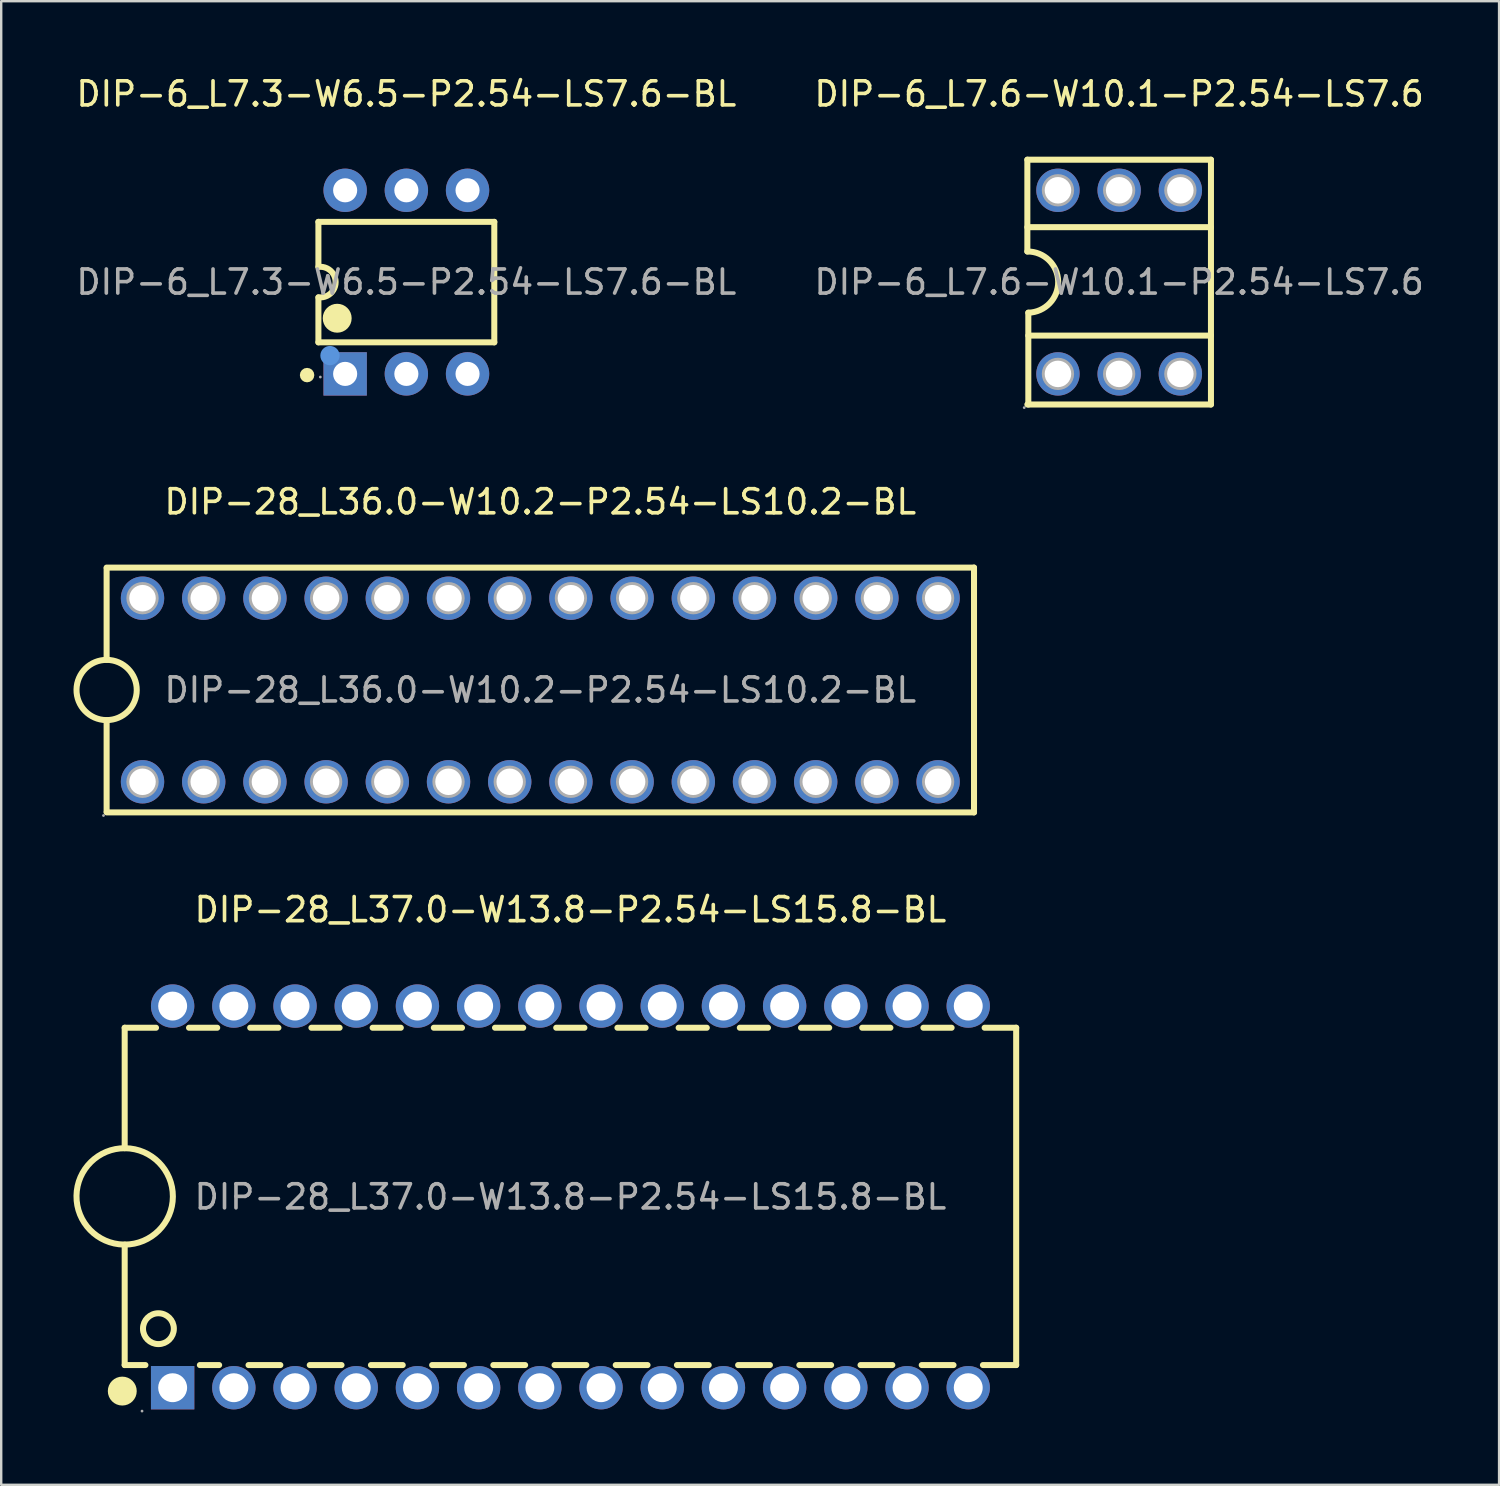
<source format=kicad_pcb>
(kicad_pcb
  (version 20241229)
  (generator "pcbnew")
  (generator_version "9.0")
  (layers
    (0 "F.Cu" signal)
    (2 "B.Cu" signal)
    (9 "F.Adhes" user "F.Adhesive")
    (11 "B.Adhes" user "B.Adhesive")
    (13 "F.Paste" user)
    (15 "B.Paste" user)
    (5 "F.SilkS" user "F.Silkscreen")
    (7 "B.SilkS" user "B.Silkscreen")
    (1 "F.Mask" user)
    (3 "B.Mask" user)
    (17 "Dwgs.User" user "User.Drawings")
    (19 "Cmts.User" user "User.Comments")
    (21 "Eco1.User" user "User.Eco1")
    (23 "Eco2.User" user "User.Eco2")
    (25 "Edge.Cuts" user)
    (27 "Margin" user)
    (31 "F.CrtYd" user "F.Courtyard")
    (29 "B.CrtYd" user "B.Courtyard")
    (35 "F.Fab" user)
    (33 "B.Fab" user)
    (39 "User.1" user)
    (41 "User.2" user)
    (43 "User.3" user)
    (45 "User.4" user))
  (footprint "DIP-28_L36.0-W10.2-P2.54-LS10.2-BL"
    (layer "F.Cu")
    (at 19.375 25.587)
    (property "Reference" "DIP-28_L36.0-W10.2-P2.54-LS10.2-BL" (at 0 -7.81 0) (layer "F.SilkS") (effects (font (size 1 1) (thickness 0.15))))
    (attr through_hole)
    (fp_line (start -18 -5.08) (end 18 -5.08) (stroke (width 0.25) (type solid)) (layer "F.SilkS"))
    (fp_line (start -18 -5.05) (end -18 -1.25) (stroke (width 0.25) (type solid)) (layer "F.SilkS"))
    (fp_line (start -18 1.25) (end -18 5.05) (stroke (width 0.25) (type solid)) (layer "F.SilkS"))
    (fp_line (start 18 -5.08) (end 18 5.08) (stroke (width 0.25) (type solid)) (layer "F.SilkS"))
    (fp_line (start 18 5.08) (end -18 5.08) (stroke (width 0.25) (type solid)) (layer "F.SilkS"))
    (fp_arc (start -18.021816 1.24981) (mid -17.989092 -1.249953) (end -18 1.25) (stroke (width 0.25) (type solid)) (layer "F.SilkS"))
    (fp_circle (center -18.13 5.21) (end -18.1 5.21) (stroke (width 0.06) (type solid)) (fill no) (layer "F.Fab"))
    (fp_circle (center -16.51 -3.81) (end -16.29 -3.81) (stroke (width 0.45) (type solid)) (fill no) (layer "F.Fab"))
    (fp_circle (center -16.51 3.81) (end -16.29 3.81) (stroke (width 0.45) (type solid)) (fill no) (layer "F.Fab"))
    (fp_circle (center -13.97 -3.81) (end -13.75 -3.81) (stroke (width 0.45) (type solid)) (fill no) (layer "F.Fab"))
    (fp_circle (center -13.97 3.81) (end -13.75 3.81) (stroke (width 0.45) (type solid)) (fill no) (layer "F.Fab"))
    (fp_circle (center -11.43 -3.81) (end -11.21 -3.81) (stroke (width 0.45) (type solid)) (fill no) (layer "F.Fab"))
    (fp_circle (center -11.43 3.81) (end -11.21 3.81) (stroke (width 0.45) (type solid)) (fill no) (layer "F.Fab"))
    (fp_circle (center -8.89 -3.81) (end -8.67 -3.81) (stroke (width 0.45) (type solid)) (fill no) (layer "F.Fab"))
    (fp_circle (center -8.89 3.81) (end -8.67 3.81) (stroke (width 0.45) (type solid)) (fill no) (layer "F.Fab"))
    (fp_circle (center -6.35 -3.81) (end -6.13 -3.81) (stroke (width 0.45) (type solid)) (fill no) (layer "F.Fab"))
    (fp_circle (center -6.35 3.81) (end -6.13 3.81) (stroke (width 0.45) (type solid)) (fill no) (layer "F.Fab"))
    (fp_circle (center -3.81 -3.81) (end -3.59 -3.81) (stroke (width 0.45) (type solid)) (fill no) (layer "F.Fab"))
    (fp_circle (center -3.81 3.81) (end -3.59 3.81) (stroke (width 0.45) (type solid)) (fill no) (layer "F.Fab"))
    (fp_circle (center -1.27 -3.81) (end -1.05 -3.81) (stroke (width 0.45) (type solid)) (fill no) (layer "F.Fab"))
    (fp_circle (center -1.27 3.81) (end -1.05 3.81) (stroke (width 0.45) (type solid)) (fill no) (layer "F.Fab"))
    (fp_circle (center 1.27 -3.81) (end 1.49 -3.81) (stroke (width 0.45) (type solid)) (fill no) (layer "F.Fab"))
    (fp_circle (center 1.27 3.81) (end 1.49 3.81) (stroke (width 0.45) (type solid)) (fill no) (layer "F.Fab"))
    (fp_circle (center 3.81 -3.81) (end 4.03 -3.81) (stroke (width 0.45) (type solid)) (fill no) (layer "F.Fab"))
    (fp_circle (center 3.81 3.81) (end 4.03 3.81) (stroke (width 0.45) (type solid)) (fill no) (layer "F.Fab"))
    (fp_circle (center 6.35 -3.81) (end 6.57 -3.81) (stroke (width 0.45) (type solid)) (fill no) (layer "F.Fab"))
    (fp_circle (center 6.35 3.81) (end 6.57 3.81) (stroke (width 0.45) (type solid)) (fill no) (layer "F.Fab"))
    (fp_circle (center 8.89 -3.81) (end 9.11 -3.81) (stroke (width 0.45) (type solid)) (fill no) (layer "F.Fab"))
    (fp_circle (center 8.89 3.81) (end 9.11 3.81) (stroke (width 0.45) (type solid)) (fill no) (layer "F.Fab"))
    (fp_circle (center 11.43 -3.81) (end 11.65 -3.81) (stroke (width 0.45) (type solid)) (fill no) (layer "F.Fab"))
    (fp_circle (center 11.43 3.81) (end 11.65 3.81) (stroke (width 0.45) (type solid)) (fill no) (layer "F.Fab"))
    (fp_circle (center 13.97 -3.81) (end 14.19 -3.81) (stroke (width 0.45) (type solid)) (fill no) (layer "F.Fab"))
    (fp_circle (center 13.97 3.81) (end 14.19 3.81) (stroke (width 0.45) (type solid)) (fill no) (layer "F.Fab"))
    (fp_circle (center 16.51 -3.81) (end 16.73 -3.81) (stroke (width 0.45) (type solid)) (fill no) (layer "F.Fab"))
    (fp_circle (center 16.51 3.81) (end 16.73 3.81) (stroke (width 0.45) (type solid)) (fill no) (layer "F.Fab"))
    (fp_text user "${REFERENCE}" (at 0 0 0) (layer "F.Fab") (effects (font (size 1 1) (thickness 0.15))))
    (pad "1" thru_hole circle (at -16.51 3.81) (size 1.8 1.8) (drill 1.1) (layers "*.Cu" "*.Paste" "*.Mask"))
    (pad "2" thru_hole circle (at -16.51 -3.81) (size 1.8 1.8) (drill 1.1) (layers "*.Cu" "*.Paste" "*.Mask"))
    (pad "3" thru_hole circle (at -13.97 3.81) (size 1.8 1.8) (drill 1.1) (layers "*.Cu" "*.Paste" "*.Mask"))
    (pad "4" thru_hole circle (at -13.97 -3.81) (size 1.8 1.8) (drill 1.1) (layers "*.Cu" "*.Paste" "*.Mask"))
    (pad "5" thru_hole circle (at -11.43 3.81) (size 1.8 1.8) (drill 1.1) (layers "*.Cu" "*.Paste" "*.Mask"))
    (pad "6" thru_hole circle (at -11.43 -3.81) (size 1.8 1.8) (drill 1.1) (layers "*.Cu" "*.Paste" "*.Mask"))
    (pad "7" thru_hole circle (at -8.89 3.81) (size 1.8 1.8) (drill 1.1) (layers "*.Cu" "*.Paste" "*.Mask"))
    (pad "8" thru_hole circle (at -8.89 -3.81) (size 1.8 1.8) (drill 1.1) (layers "*.Cu" "*.Paste" "*.Mask"))
    (pad "9" thru_hole circle (at -6.35 3.81) (size 1.8 1.8) (drill 1.1) (layers "*.Cu" "*.Paste" "*.Mask"))
    (pad "10" thru_hole circle (at -6.35 -3.81) (size 1.8 1.8) (drill 1.1) (layers "*.Cu" "*.Paste" "*.Mask"))
    (pad "11" thru_hole circle (at -3.81 3.81) (size 1.8 1.8) (drill 1.1) (layers "*.Cu" "*.Paste" "*.Mask"))
    (pad "12" thru_hole circle (at -3.81 -3.81) (size 1.8 1.8) (drill 1.1) (layers "*.Cu" "*.Paste" "*.Mask"))
    (pad "13" thru_hole circle (at -1.27 3.81) (size 1.8 1.8) (drill 1.1) (layers "*.Cu" "*.Paste" "*.Mask"))
    (pad "14" thru_hole circle (at -1.27 -3.81) (size 1.8 1.8) (drill 1.1) (layers "*.Cu" "*.Paste" "*.Mask"))
    (pad "15" thru_hole circle (at 1.27 3.81) (size 1.8 1.8) (drill 1.1) (layers "*.Cu" "*.Paste" "*.Mask"))
    (pad "16" thru_hole circle (at 1.27 -3.81) (size 1.8 1.8) (drill 1.1) (layers "*.Cu" "*.Paste" "*.Mask"))
    (pad "17" thru_hole circle (at 3.81 3.81) (size 1.8 1.8) (drill 1.1) (layers "*.Cu" "*.Paste" "*.Mask"))
    (pad "18" thru_hole circle (at 3.81 -3.81) (size 1.8 1.8) (drill 1.1) (layers "*.Cu" "*.Paste" "*.Mask"))
    (pad "19" thru_hole circle (at 6.35 3.81) (size 1.8 1.8) (drill 1.1) (layers "*.Cu" "*.Paste" "*.Mask"))
    (pad "20" thru_hole circle (at 6.35 -3.81) (size 1.8 1.8) (drill 1.1) (layers "*.Cu" "*.Paste" "*.Mask"))
    (pad "21" thru_hole circle (at 8.89 3.81) (size 1.8 1.8) (drill 1.1) (layers "*.Cu" "*.Paste" "*.Mask"))
    (pad "22" thru_hole circle (at 8.89 -3.81) (size 1.8 1.8) (drill 1.1) (layers "*.Cu" "*.Paste" "*.Mask"))
    (pad "23" thru_hole circle (at 11.43 3.81) (size 1.8 1.8) (drill 1.1) (layers "*.Cu" "*.Paste" "*.Mask"))
    (pad "24" thru_hole circle (at 11.43 -3.81) (size 1.8 1.8) (drill 1.1) (layers "*.Cu" "*.Paste" "*.Mask"))
    (pad "25" thru_hole circle (at 13.97 3.81) (size 1.8 1.8) (drill 1.1) (layers "*.Cu" "*.Paste" "*.Mask"))
    (pad "26" thru_hole circle (at 13.97 -3.81) (size 1.8 1.8) (drill 1.1) (layers "*.Cu" "*.Paste" "*.Mask"))
    (pad "27" thru_hole circle (at 16.51 3.81) (size 1.8 1.8) (drill 1.1) (layers "*.Cu" "*.Paste" "*.Mask"))
    (pad "28" thru_hole circle (at 16.51 -3.81) (size 1.8 1.8) (drill 1.1) (layers "*.Cu" "*.Paste" "*.Mask")))
  (footprint "DIP-6_L7.6-W10.1-P2.54-LS7.6"
    (layer "F.Cu")
    (at 43.399 8.658)
    (property "Reference" "DIP-6_L7.6-W10.1-P2.54-LS7.6" (at 0 -7.81 0) (layer "F.SilkS") (effects (font (size 1 1) (thickness 0.15))))
    (attr through_hole)
    (fp_line (start -3.81 -5.08) (end -3.81 -1.27) (stroke (width 0.25) (type solid)) (layer "F.SilkS"))
    (fp_line (start -3.81 -5.08) (end 3.81 -5.08) (stroke (width 0.25) (type solid)) (layer "F.SilkS"))
    (fp_line (start -3.81 -2.28) (end 3.81 -2.28) (stroke (width 0.25) (type solid)) (layer "F.SilkS"))
    (fp_line (start -3.77 2.22) (end 3.81 2.22) (stroke (width 0.25) (type solid)) (layer "F.SilkS"))
    (fp_line (start -3.77 5.08) (end -3.77 1.27) (stroke (width 0.25) (type solid)) (layer "F.SilkS"))
    (fp_line (start 3.81 -5.08) (end 3.81 5.08) (stroke (width 0.25) (type solid)) (layer "F.SilkS"))
    (fp_line (start 3.81 5.08) (end -3.81 5.08) (stroke (width 0.25) (type solid)) (layer "F.SilkS"))
    (fp_arc (start -3.81 -1.27) (mid -2.52 -0.02) (end -3.77 1.27) (stroke (width 0.25) (type solid)) (layer "F.SilkS"))
    (fp_circle (center -3.94 5.21) (end -3.91 5.21) (stroke (width 0.06) (type solid)) (fill no) (layer "F.Fab"))
    (fp_circle (center -2.54 -3.81) (end -2.32 -3.81) (stroke (width 0.45) (type solid)) (fill no) (layer "F.Fab"))
    (fp_circle (center -2.54 3.81) (end -2.32 3.81) (stroke (width 0.45) (type solid)) (fill no) (layer "F.Fab"))
    (fp_circle (center 0 -3.81) (end 0.22 -3.81) (stroke (width 0.45) (type solid)) (fill no) (layer "F.Fab"))
    (fp_circle (center 0 3.81) (end 0.22 3.81) (stroke (width 0.45) (type solid)) (fill no) (layer "F.Fab"))
    (fp_circle (center 2.54 -3.81) (end 2.76 -3.81) (stroke (width 0.45) (type solid)) (fill no) (layer "F.Fab"))
    (fp_circle (center 2.54 3.81) (end 2.76 3.81) (stroke (width 0.45) (type solid)) (fill no) (layer "F.Fab"))
    (fp_text user "${REFERENCE}" (at 0 0 0) (layer "F.Fab") (effects (font (size 1 1) (thickness 0.15))))
    (pad "1" thru_hole circle (at -2.54 3.81) (size 1.8 1.8) (drill 1.1) (layers "*.Cu" "*.Paste" "*.Mask"))
    (pad "2" thru_hole circle (at 0 3.81) (size 1.8 1.8) (drill 1.1) (layers "*.Cu" "*.Paste" "*.Mask"))
    (pad "3" thru_hole circle (at 2.54 3.81) (size 1.8 1.8) (drill 1.1) (layers "*.Cu" "*.Paste" "*.Mask"))
    (pad "4" thru_hole circle (at 2.54 -3.81) (size 1.8 1.8) (drill 1.1) (layers "*.Cu" "*.Paste" "*.Mask"))
    (pad "5" thru_hole circle (at 0 -3.81) (size 1.8 1.8) (drill 1.1) (layers "*.Cu" "*.Paste" "*.Mask"))
    (pad "6" thru_hole circle (at -2.54 -3.81) (size 1.8 1.8) (drill 1.1) (layers "*.Cu" "*.Paste" "*.Mask")))
  (footprint "DIP-6_L7.3-W6.5-P2.54-LS7.6-BL"
    (layer "F.Cu")
    (at 13.815 8.658)
    (property "Reference" "DIP-6_L7.3-W6.5-P2.54-LS7.6-BL" (at 0 -7.81 0) (layer "F.SilkS") (effects (font (size 1 1) (thickness 0.15))))
    (attr through_hole)
    (fp_line (start -3.65 -2.5) (end 3.65 -2.5) (stroke (width 0.25) (type solid)) (layer "F.SilkS"))
    (fp_line (start -3.65 -0.63) (end -3.65 -2.5) (stroke (width 0.25) (type solid)) (layer "F.SilkS"))
    (fp_line (start -3.65 0.64) (end -3.65 2.5) (stroke (width 0.25) (type solid)) (layer "F.SilkS"))
    (fp_line (start -3.65 2.5) (end 3.65 2.5) (stroke (width 0.25) (type solid)) (layer "F.SilkS"))
    (fp_line (start 3.65 -2.5) (end 3.65 2.5) (stroke (width 0.25) (type solid)) (layer "F.SilkS"))
    (fp_arc (start -4.12 3.86) (mid -4.12 3.86) (end -4.12 3.86) (stroke (width 0.3) (type solid)) (layer "F.SilkS"))
    (fp_arc (start -3.65 -0.63) (mid -2.934941 -0.000797) (end -3.648418 0.630199) (stroke (width 0.25) (type solid)) (layer "F.SilkS"))
    (fp_arc (start -2.87 1.5) (mid -2.87 1.5) (end -2.87 1.5) (stroke (width 0.6) (type solid)) (layer "F.SilkS"))
    (fp_circle (center -3.17 3.05) (end -2.97 3.05) (stroke (width 0.4) (type solid)) (fill no) (layer "Cmts.User"))
    (fp_circle (center -3.57 3.94) (end -3.54 3.94) (stroke (width 0.06) (type solid)) (fill no) (layer "F.Fab"))
    (fp_text user "${REFERENCE}" (at 0 0 0) (layer "F.Fab") (effects (font (size 1 1) (thickness 0.15))))
    (pad "1" thru_hole rect (at -2.54 3.81 90) (size 1.8 1.8) (drill 1) (layers "*.Cu" "*.Paste" "*.Mask"))
    (pad "2" thru_hole circle (at 0 3.81 90) (size 1.8 1.8) (drill 1) (layers "*.Cu" "*.Paste" "*.Mask"))
    (pad "3" thru_hole circle (at 2.54 3.81 90) (size 1.8 1.8) (drill 1) (layers "*.Cu" "*.Paste" "*.Mask"))
    (pad "4" thru_hole circle (at 2.54 -3.81 90) (size 1.8 1.8) (drill 1) (layers "*.Cu" "*.Paste" "*.Mask"))
    (pad "5" thru_hole circle (at 0 -3.81 90) (size 1.8 1.8) (drill 1) (layers "*.Cu" "*.Paste" "*.Mask"))
    (pad "6" thru_hole circle (at -2.54 -3.81 90) (size 1.8 1.8) (drill 1) (layers "*.Cu" "*.Paste" "*.Mask")))
  (footprint "DIP-28_L37.0-W13.8-P2.54-LS15.8-BL"
    (layer "F.Cu")
    (at 20.625 46.625)
    (property "Reference" "DIP-28_L37.0-W13.8-P2.54-LS15.8-BL" (at 0 -11.92 0) (layer "F.SilkS") (effects (font (size 1 1) (thickness 0.15))))
    (attr through_hole)
    (fp_line (start -18.5 -7.02) (end -18.5 -2.02) (stroke (width 0.25) (type solid)) (layer "F.SilkS"))
    (fp_line (start -18.5 1.98) (end -18.5 6.98) (stroke (width 0.25) (type solid)) (layer "F.SilkS"))
    (fp_line (start -17.64 6.98) (end -18.5 6.98) (stroke (width 0.25) (type solid)) (layer "F.SilkS"))
    (fp_line (start -17.2 -7.02) (end -18.5 -7.02) (stroke (width 0.25) (type solid)) (layer "F.SilkS"))
    (fp_line (start -14.66 -7.02) (end -15.83 -7.02) (stroke (width 0.25) (type solid)) (layer "F.SilkS"))
    (fp_line (start -14.58 6.98) (end -15.38 6.98) (stroke (width 0.25) (type solid)) (layer "F.SilkS"))
    (fp_line (start -12.12 -7.02) (end -13.29 -7.02) (stroke (width 0.25) (type solid)) (layer "F.SilkS"))
    (fp_line (start -12.04 6.98) (end -13.36 6.98) (stroke (width 0.25) (type solid)) (layer "F.SilkS"))
    (fp_line (start -9.58 -7.02) (end -10.75 -7.02) (stroke (width 0.25) (type solid)) (layer "F.SilkS"))
    (fp_line (start -9.5 6.98) (end -10.82 6.98) (stroke (width 0.25) (type solid)) (layer "F.SilkS"))
    (fp_line (start -7.04 -7.02) (end -8.21 -7.02) (stroke (width 0.25) (type solid)) (layer "F.SilkS"))
    (fp_line (start -6.96 6.98) (end -8.28 6.98) (stroke (width 0.25) (type solid)) (layer "F.SilkS"))
    (fp_line (start -4.5 -7.02) (end -5.67 -7.02) (stroke (width 0.25) (type solid)) (layer "F.SilkS"))
    (fp_line (start -4.42 6.98) (end -5.74 6.98) (stroke (width 0.25) (type solid)) (layer "F.SilkS"))
    (fp_line (start -1.96 -7.02) (end -3.13 -7.02) (stroke (width 0.25) (type solid)) (layer "F.SilkS"))
    (fp_line (start -1.88 6.98) (end -3.2 6.98) (stroke (width 0.25) (type solid)) (layer "F.SilkS"))
    (fp_line (start 0.58 -7.02) (end -0.59 -7.02) (stroke (width 0.25) (type solid)) (layer "F.SilkS"))
    (fp_line (start 0.66 6.98) (end -0.66 6.98) (stroke (width 0.25) (type solid)) (layer "F.SilkS"))
    (fp_line (start 3.12 -7.02) (end 1.95 -7.02) (stroke (width 0.25) (type solid)) (layer "F.SilkS"))
    (fp_line (start 3.2 6.98) (end 1.88 6.98) (stroke (width 0.25) (type solid)) (layer "F.SilkS"))
    (fp_line (start 5.66 -7.02) (end 4.49 -7.02) (stroke (width 0.25) (type solid)) (layer "F.SilkS"))
    (fp_line (start 5.74 6.98) (end 4.42 6.98) (stroke (width 0.25) (type solid)) (layer "F.SilkS"))
    (fp_line (start 8.2 -7.02) (end 7.03 -7.02) (stroke (width 0.25) (type solid)) (layer "F.SilkS"))
    (fp_line (start 8.28 6.98) (end 6.96 6.98) (stroke (width 0.25) (type solid)) (layer "F.SilkS"))
    (fp_line (start 10.74 -7.02) (end 9.57 -7.02) (stroke (width 0.25) (type solid)) (layer "F.SilkS"))
    (fp_line (start 10.82 6.98) (end 9.5 6.98) (stroke (width 0.25) (type solid)) (layer "F.SilkS"))
    (fp_line (start 13.28 -7.02) (end 12.11 -7.02) (stroke (width 0.25) (type solid)) (layer "F.SilkS"))
    (fp_line (start 13.36 6.98) (end 12.04 6.98) (stroke (width 0.25) (type solid)) (layer "F.SilkS"))
    (fp_line (start 15.82 -7.02) (end 14.65 -7.02) (stroke (width 0.25) (type solid)) (layer "F.SilkS"))
    (fp_line (start 15.9 6.98) (end 14.58 6.98) (stroke (width 0.25) (type solid)) (layer "F.SilkS"))
    (fp_line (start 18.5 -7.02) (end 17.19 -7.02) (stroke (width 0.25) (type solid)) (layer "F.SilkS"))
    (fp_line (start 18.5 6.98) (end 17.12 6.98) (stroke (width 0.25) (type solid)) (layer "F.SilkS"))
    (fp_line (start 18.5 6.98) (end 18.5 -7.02) (stroke (width 0.25) (type solid)) (layer "F.SilkS"))
    (fp_arc (start -18.6 8.06) (mid -18.6 8.06) (end -18.6 8.06) (stroke (width 0.6) (type solid)) (layer "F.SilkS"))
    (fp_arc (start -18.534905 1.979695) (mid -18.482547 -2.019923) (end -18.5 1.98) (stroke (width 0.25) (type solid)) (layer "F.SilkS"))
    (fp_circle (center -17.1 5.47) (end -16.46 5.47) (stroke (width 0.25) (type solid)) (fill no) (layer "F.SilkS"))
    (fp_circle (center -17.78 8.89) (end -17.75 8.89) (stroke (width 0.06) (type solid)) (fill no) (layer "F.Fab"))
    (fp_text user "${REFERENCE}" (at 0 0 0) (layer "F.Fab") (effects (font (size 1 1) (thickness 0.15))))
    (pad "1" thru_hole rect (at -16.51 7.92) (size 1.8 1.8) (drill 1.2) (layers "*.Cu" "*.Paste" "*.Mask"))
    (pad "2" thru_hole circle (at -13.97 7.92) (size 1.8 1.8) (drill 1.2) (layers "*.Cu" "*.Paste" "*.Mask"))
    (pad "3" thru_hole circle (at -11.43 7.92) (size 1.8 1.8) (drill 1.2) (layers "*.Cu" "*.Paste" "*.Mask"))
    (pad "4" thru_hole circle (at -8.89 7.92) (size 1.8 1.8) (drill 1.2) (layers "*.Cu" "*.Paste" "*.Mask"))
    (pad "5" thru_hole circle (at -6.35 7.92) (size 1.8 1.8) (drill 1.2) (layers "*.Cu" "*.Paste" "*.Mask"))
    (pad "6" thru_hole circle (at -3.81 7.92) (size 1.8 1.8) (drill 1.2) (layers "*.Cu" "*.Paste" "*.Mask"))
    (pad "7" thru_hole circle (at -1.27 7.92) (size 1.8 1.8) (drill 1.2) (layers "*.Cu" "*.Paste" "*.Mask"))
    (pad "8" thru_hole circle (at 1.27 7.92) (size 1.8 1.8) (drill 1.2) (layers "*.Cu" "*.Paste" "*.Mask"))
    (pad "9" thru_hole circle (at 3.81 7.92) (size 1.8 1.8) (drill 1.2) (layers "*.Cu" "*.Paste" "*.Mask"))
    (pad "10" thru_hole circle (at 6.35 7.92 180) (size 1.8 1.8) (drill 1.2) (layers "*.Cu" "*.Paste" "*.Mask"))
    (pad "11" thru_hole circle (at 8.89 7.92 180) (size 1.8 1.8) (drill 1.2) (layers "*.Cu" "*.Paste" "*.Mask"))
    (pad "12" thru_hole circle (at 11.43 7.92 180) (size 1.8 1.8) (drill 1.2) (layers "*.Cu" "*.Paste" "*.Mask"))
    (pad "13" thru_hole circle (at 13.97 7.92 180) (size 1.8 1.8) (drill 1.2) (layers "*.Cu" "*.Paste" "*.Mask"))
    (pad "14" thru_hole circle (at 16.51 7.92 180) (size 1.8 1.8) (drill 1.2) (layers "*.Cu" "*.Paste" "*.Mask"))
    (pad "15" thru_hole circle (at 16.51 -7.92) (size 1.8 1.8) (drill 1.2) (layers "*.Cu" "*.Paste" "*.Mask"))
    (pad "16" thru_hole circle (at 13.97 -7.92) (size 1.8 1.8) (drill 1.2) (layers "*.Cu" "*.Paste" "*.Mask"))
    (pad "17" thru_hole circle (at 11.43 -7.92) (size 1.8 1.8) (drill 1.2) (layers "*.Cu" "*.Paste" "*.Mask"))
    (pad "18" thru_hole circle (at 8.89 -7.92) (size 1.8 1.8) (drill 1.2) (layers "*.Cu" "*.Paste" "*.Mask"))
    (pad "19" thru_hole circle (at 6.35 -7.92) (size 1.8 1.8) (drill 1.2) (layers "*.Cu" "*.Paste" "*.Mask"))
    (pad "20" thru_hole circle (at 3.81 -7.92) (size 1.8 1.8) (drill 1.2) (layers "*.Cu" "*.Paste" "*.Mask"))
    (pad "21" thru_hole circle (at 1.27 -7.92) (size 1.8 1.8) (drill 1.2) (layers "*.Cu" "*.Paste" "*.Mask"))
    (pad "22" thru_hole circle (at -1.27 -7.92) (size 1.8 1.8) (drill 1.2) (layers "*.Cu" "*.Paste" "*.Mask"))
    (pad "23" thru_hole circle (at -3.81 -7.92) (size 1.8 1.8) (drill 1.2) (layers "*.Cu" "*.Paste" "*.Mask"))
    (pad "24" thru_hole circle (at -6.35 -7.92) (size 1.8 1.8) (drill 1.2) (layers "*.Cu" "*.Paste" "*.Mask"))
    (pad "25" thru_hole circle (at -8.89 -7.92) (size 1.8 1.8) (drill 1.2) (layers "*.Cu" "*.Paste" "*.Mask"))
    (pad "26" thru_hole circle (at -11.43 -7.92) (size 1.8 1.8) (drill 1.2) (layers "*.Cu" "*.Paste" "*.Mask"))
    (pad "27" thru_hole circle (at -13.97 -7.92) (size 1.8 1.8) (drill 1.2) (layers "*.Cu" "*.Paste" "*.Mask"))
    (pad "28" thru_hole circle (at -16.51 -7.92) (size 1.8 1.8) (drill 1.2) (layers "*.Cu" "*.Paste" "*.Mask")))
  (gr_rect
    (start -3 -3)
    (end 59.167 58.575)
    (stroke (width 0.1) (type default))
    (fill no)
    (layer "Edge.Cuts")))
</source>
